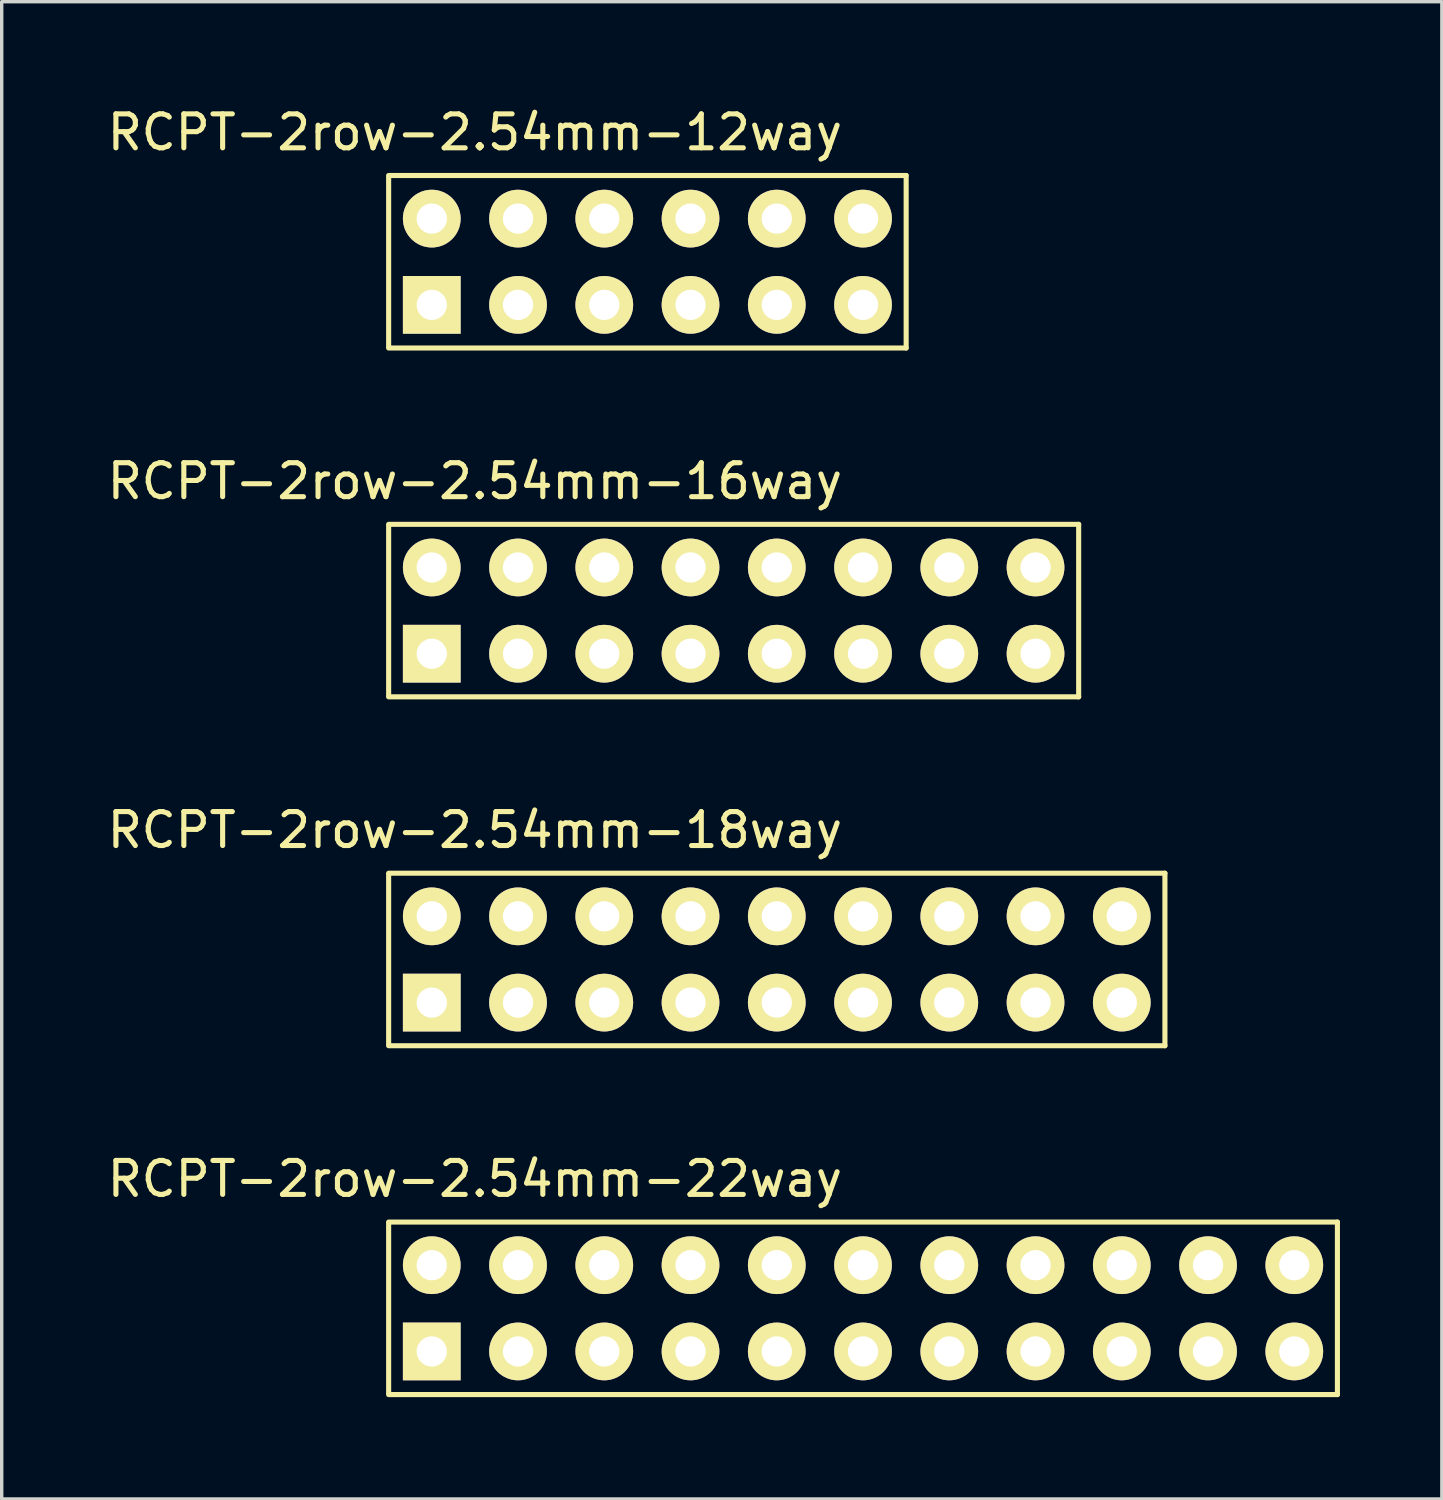
<source format=kicad_pcb>
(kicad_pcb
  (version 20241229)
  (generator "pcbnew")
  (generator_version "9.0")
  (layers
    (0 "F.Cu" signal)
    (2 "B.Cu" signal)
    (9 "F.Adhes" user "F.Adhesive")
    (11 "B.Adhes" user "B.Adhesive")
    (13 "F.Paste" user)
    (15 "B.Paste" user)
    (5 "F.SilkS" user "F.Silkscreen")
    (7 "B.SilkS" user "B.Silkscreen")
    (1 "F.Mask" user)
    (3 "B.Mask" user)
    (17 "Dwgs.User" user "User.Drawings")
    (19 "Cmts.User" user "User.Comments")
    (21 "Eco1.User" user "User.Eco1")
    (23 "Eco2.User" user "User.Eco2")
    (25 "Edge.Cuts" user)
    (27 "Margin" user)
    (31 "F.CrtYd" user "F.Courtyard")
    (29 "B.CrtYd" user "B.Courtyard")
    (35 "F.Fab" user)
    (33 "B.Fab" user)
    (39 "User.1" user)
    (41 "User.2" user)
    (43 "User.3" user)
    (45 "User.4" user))
  (footprint "RCPT-2row-2.54mm-22way"
    (layer "F.Cu")
    (at 9.665 35.478)
    (property "Reference" "RCPT-2row-2.54mm-22way" (at 1.27 -3.81 0) (layer "F.SilkS") (effects (font (size 1 1) (thickness 0.15))))
    (attr through_hole)
    (fp_line (start -1.27 -2.502) (end -1.27 2.502) (stroke (width 0.15) (type solid)) (layer "F.SilkS"))
    (fp_line (start 26.67 -2.54) (end -1.27 -2.54) (stroke (width 0.15) (type solid)) (layer "F.SilkS"))
    (fp_line (start 26.67 -2.54) (end 26.67 2.54) (stroke (width 0.15) (type solid)) (layer "F.SilkS"))
    (fp_line (start 26.67 2.54) (end -1.27 2.54) (stroke (width 0.15) (type solid)) (layer "F.SilkS"))
    (pad "1" thru_hole rect (at 0 1.27) (size 1.7 1.7) (drill 0.89) (layers "*.Cu" "*.Mask" "F.SilkS"))
    (pad "2" thru_hole circle (at 0 -1.27) (size 1.7 1.7) (drill 0.89) (layers "*.Cu" "*.Mask" "F.SilkS"))
    (pad "3" thru_hole circle (at 2.54 1.27) (size 1.7 1.7) (drill 0.89) (layers "*.Cu" "*.Mask" "F.SilkS"))
    (pad "4" thru_hole circle (at 2.54 -1.27) (size 1.7 1.7) (drill 0.89) (layers "*.Cu" "*.Mask" "F.SilkS"))
    (pad "5" thru_hole circle (at 5.08 1.27) (size 1.7 1.7) (drill 0.89) (layers "*.Cu" "*.Mask" "F.SilkS"))
    (pad "6" thru_hole circle (at 5.08 -1.27) (size 1.7 1.7) (drill 0.89) (layers "*.Cu" "*.Mask" "F.SilkS"))
    (pad "7" thru_hole circle (at 7.62 1.27) (size 1.7 1.7) (drill 0.89) (layers "*.Cu" "*.Mask" "F.SilkS"))
    (pad "8" thru_hole circle (at 7.62 -1.27) (size 1.7 1.7) (drill 0.89) (layers "*.Cu" "*.Mask" "F.SilkS"))
    (pad "9" thru_hole circle (at 10.16 1.27) (size 1.7 1.7) (drill 0.89) (layers "*.Cu" "*.Mask" "F.SilkS"))
    (pad "10" thru_hole circle (at 10.16 -1.27) (size 1.7 1.7) (drill 0.89) (layers "*.Cu" "*.Mask" "F.SilkS"))
    (pad "11" thru_hole circle (at 12.7 1.27) (size 1.7 1.7) (drill 0.89) (layers "*.Cu" "*.Mask" "F.SilkS"))
    (pad "12" thru_hole circle (at 12.7 -1.27) (size 1.7 1.7) (drill 0.89) (layers "*.Cu" "*.Mask" "F.SilkS"))
    (pad "13" thru_hole circle (at 15.24 1.27) (size 1.7 1.7) (drill 0.89) (layers "*.Cu" "*.Mask" "F.SilkS"))
    (pad "14" thru_hole circle (at 15.24 -1.27) (size 1.7 1.7) (drill 0.89) (layers "*.Cu" "*.Mask" "F.SilkS"))
    (pad "15" thru_hole circle (at 17.78 1.27) (size 1.7 1.7) (drill 0.89) (layers "*.Cu" "*.Mask" "F.SilkS"))
    (pad "16" thru_hole circle (at 17.78 -1.27) (size 1.7 1.7) (drill 0.89) (layers "*.Cu" "*.Mask" "F.SilkS"))
    (pad "17" thru_hole circle (at 20.32 1.27) (size 1.7 1.7) (drill 0.89) (layers "*.Cu" "*.Mask" "F.SilkS"))
    (pad "18" thru_hole circle (at 20.32 -1.27) (size 1.7 1.7) (drill 0.89) (layers "*.Cu" "*.Mask" "F.SilkS"))
    (pad "19" thru_hole circle (at 22.86 1.27) (size 1.7 1.7) (drill 0.89) (layers "*.Cu" "*.Mask" "F.SilkS"))
    (pad "20" thru_hole circle (at 22.86 -1.27) (size 1.7 1.7) (drill 0.89) (layers "*.Cu" "*.Mask" "F.SilkS"))
    (pad "21" thru_hole circle (at 25.4 1.27) (size 1.7 1.7) (drill 0.89) (layers "*.Cu" "*.Mask" "F.SilkS"))
    (pad "22" thru_hole circle (at 25.4 -1.27) (size 1.7 1.7) (drill 0.89) (layers "*.Cu" "*.Mask" "F.SilkS")))
  (footprint "RCPT-2row-2.54mm-18way"
    (layer "F.Cu")
    (at 9.665 25.205)
    (property "Reference" "RCPT-2row-2.54mm-18way" (at 1.27 -3.81 0) (layer "F.SilkS") (effects (font (size 1 1) (thickness 0.15))))
    (attr through_hole)
    (fp_line (start -1.27 -2.502) (end -1.27 2.502) (stroke (width 0.15) (type solid)) (layer "F.SilkS"))
    (fp_line (start 21.59 -2.54) (end -1.27 -2.54) (stroke (width 0.15) (type solid)) (layer "F.SilkS"))
    (fp_line (start 21.59 -2.54) (end 21.59 2.54) (stroke (width 0.15) (type solid)) (layer "F.SilkS"))
    (fp_line (start 21.59 2.54) (end -1.27 2.54) (stroke (width 0.15) (type solid)) (layer "F.SilkS"))
    (pad "1" thru_hole rect (at 0 1.27) (size 1.7 1.7) (drill 0.89) (layers "*.Cu" "*.Mask" "F.SilkS"))
    (pad "2" thru_hole circle (at 0 -1.27) (size 1.7 1.7) (drill 0.89) (layers "*.Cu" "*.Mask" "F.SilkS"))
    (pad "3" thru_hole circle (at 2.54 1.27) (size 1.7 1.7) (drill 0.89) (layers "*.Cu" "*.Mask" "F.SilkS"))
    (pad "4" thru_hole circle (at 2.54 -1.27) (size 1.7 1.7) (drill 0.89) (layers "*.Cu" "*.Mask" "F.SilkS"))
    (pad "5" thru_hole circle (at 5.08 1.27) (size 1.7 1.7) (drill 0.89) (layers "*.Cu" "*.Mask" "F.SilkS"))
    (pad "6" thru_hole circle (at 5.08 -1.27) (size 1.7 1.7) (drill 0.89) (layers "*.Cu" "*.Mask" "F.SilkS"))
    (pad "7" thru_hole circle (at 7.62 1.27) (size 1.7 1.7) (drill 0.89) (layers "*.Cu" "*.Mask" "F.SilkS"))
    (pad "8" thru_hole circle (at 7.62 -1.27) (size 1.7 1.7) (drill 0.89) (layers "*.Cu" "*.Mask" "F.SilkS"))
    (pad "9" thru_hole circle (at 10.16 1.27) (size 1.7 1.7) (drill 0.89) (layers "*.Cu" "*.Mask" "F.SilkS"))
    (pad "10" thru_hole circle (at 10.16 -1.27) (size 1.7 1.7) (drill 0.89) (layers "*.Cu" "*.Mask" "F.SilkS"))
    (pad "11" thru_hole circle (at 12.7 1.27) (size 1.7 1.7) (drill 0.89) (layers "*.Cu" "*.Mask" "F.SilkS"))
    (pad "12" thru_hole circle (at 12.7 -1.27) (size 1.7 1.7) (drill 0.89) (layers "*.Cu" "*.Mask" "F.SilkS"))
    (pad "13" thru_hole circle (at 15.24 1.27) (size 1.7 1.7) (drill 0.89) (layers "*.Cu" "*.Mask" "F.SilkS"))
    (pad "14" thru_hole circle (at 15.24 -1.27) (size 1.7 1.7) (drill 0.89) (layers "*.Cu" "*.Mask" "F.SilkS"))
    (pad "15" thru_hole circle (at 17.78 1.27) (size 1.7 1.7) (drill 0.89) (layers "*.Cu" "*.Mask" "F.SilkS"))
    (pad "16" thru_hole circle (at 17.78 -1.27) (size 1.7 1.7) (drill 0.89) (layers "*.Cu" "*.Mask" "F.SilkS"))
    (pad "17" thru_hole circle (at 20.32 1.27) (size 1.7 1.7) (drill 0.89) (layers "*.Cu" "*.Mask" "F.SilkS"))
    (pad "18" thru_hole circle (at 20.32 -1.27) (size 1.7 1.7) (drill 0.89) (layers "*.Cu" "*.Mask" "F.SilkS")))
  (footprint "RCPT-2row-2.54mm-12way"
    (layer "F.Cu")
    (at 9.665 4.658)
    (property "Reference" "RCPT-2row-2.54mm-12way" (at 1.27 -3.81 0) (layer "F.SilkS") (effects (font (size 1 1) (thickness 0.15))))
    (attr through_hole)
    (fp_line (start -1.27 -2.502) (end -1.27 2.502) (stroke (width 0.15) (type solid)) (layer "F.SilkS"))
    (fp_line (start 13.97 -2.54) (end -1.27 -2.54) (stroke (width 0.15) (type solid)) (layer "F.SilkS"))
    (fp_line (start 13.97 -2.54) (end 13.97 2.54) (stroke (width 0.15) (type solid)) (layer "F.SilkS"))
    (fp_line (start 13.97 2.54) (end -1.27 2.54) (stroke (width 0.15) (type solid)) (layer "F.SilkS"))
    (pad "1" thru_hole rect (at 0 1.27) (size 1.7 1.7) (drill 0.89) (layers "*.Cu" "*.Mask" "F.SilkS"))
    (pad "2" thru_hole circle (at 0 -1.27) (size 1.7 1.7) (drill 0.89) (layers "*.Cu" "*.Mask" "F.SilkS"))
    (pad "3" thru_hole circle (at 2.54 1.27) (size 1.7 1.7) (drill 0.89) (layers "*.Cu" "*.Mask" "F.SilkS"))
    (pad "4" thru_hole circle (at 2.54 -1.27) (size 1.7 1.7) (drill 0.89) (layers "*.Cu" "*.Mask" "F.SilkS"))
    (pad "5" thru_hole circle (at 5.08 1.27) (size 1.7 1.7) (drill 0.89) (layers "*.Cu" "*.Mask" "F.SilkS"))
    (pad "6" thru_hole circle (at 5.08 -1.27) (size 1.7 1.7) (drill 0.89) (layers "*.Cu" "*.Mask" "F.SilkS"))
    (pad "7" thru_hole circle (at 7.62 1.27) (size 1.7 1.7) (drill 0.89) (layers "*.Cu" "*.Mask" "F.SilkS"))
    (pad "8" thru_hole circle (at 7.62 -1.27) (size 1.7 1.7) (drill 0.89) (layers "*.Cu" "*.Mask" "F.SilkS"))
    (pad "9" thru_hole circle (at 10.16 1.27) (size 1.7 1.7) (drill 0.89) (layers "*.Cu" "*.Mask" "F.SilkS"))
    (pad "10" thru_hole circle (at 10.16 -1.27) (size 1.7 1.7) (drill 0.89) (layers "*.Cu" "*.Mask" "F.SilkS"))
    (pad "11" thru_hole circle (at 12.7 1.27) (size 1.7 1.7) (drill 0.89) (layers "*.Cu" "*.Mask" "F.SilkS"))
    (pad "12" thru_hole circle (at 12.7 -1.27) (size 1.7 1.7) (drill 0.89) (layers "*.Cu" "*.Mask" "F.SilkS")))
  (footprint "RCPT-2row-2.54mm-16way"
    (layer "F.Cu")
    (at 9.665 14.931)
    (property "Reference" "RCPT-2row-2.54mm-16way" (at 1.27 -3.81 0) (layer "F.SilkS") (effects (font (size 1 1) (thickness 0.15))))
    (attr through_hole)
    (fp_line (start -1.27 -2.502) (end -1.27 2.502) (stroke (width 0.15) (type solid)) (layer "F.SilkS"))
    (fp_line (start 19.05 -2.54) (end -1.27 -2.54) (stroke (width 0.15) (type solid)) (layer "F.SilkS"))
    (fp_line (start 19.05 -2.54) (end 19.05 2.54) (stroke (width 0.15) (type solid)) (layer "F.SilkS"))
    (fp_line (start 19.05 2.54) (end -1.27 2.54) (stroke (width 0.15) (type solid)) (layer "F.SilkS"))
    (pad "1" thru_hole rect (at 0 1.27) (size 1.7 1.7) (drill 0.89) (layers "*.Cu" "*.Mask" "F.SilkS"))
    (pad "2" thru_hole circle (at 0 -1.27) (size 1.7 1.7) (drill 0.89) (layers "*.Cu" "*.Mask" "F.SilkS"))
    (pad "3" thru_hole circle (at 2.54 1.27) (size 1.7 1.7) (drill 0.89) (layers "*.Cu" "*.Mask" "F.SilkS"))
    (pad "4" thru_hole circle (at 2.54 -1.27) (size 1.7 1.7) (drill 0.89) (layers "*.Cu" "*.Mask" "F.SilkS"))
    (pad "5" thru_hole circle (at 5.08 1.27) (size 1.7 1.7) (drill 0.89) (layers "*.Cu" "*.Mask" "F.SilkS"))
    (pad "6" thru_hole circle (at 5.08 -1.27) (size 1.7 1.7) (drill 0.89) (layers "*.Cu" "*.Mask" "F.SilkS"))
    (pad "7" thru_hole circle (at 7.62 1.27) (size 1.7 1.7) (drill 0.89) (layers "*.Cu" "*.Mask" "F.SilkS"))
    (pad "8" thru_hole circle (at 7.62 -1.27) (size 1.7 1.7) (drill 0.89) (layers "*.Cu" "*.Mask" "F.SilkS"))
    (pad "9" thru_hole circle (at 10.16 1.27) (size 1.7 1.7) (drill 0.89) (layers "*.Cu" "*.Mask" "F.SilkS"))
    (pad "10" thru_hole circle (at 10.16 -1.27) (size 1.7 1.7) (drill 0.89) (layers "*.Cu" "*.Mask" "F.SilkS"))
    (pad "11" thru_hole circle (at 12.7 1.27) (size 1.7 1.7) (drill 0.89) (layers "*.Cu" "*.Mask" "F.SilkS"))
    (pad "12" thru_hole circle (at 12.7 -1.27) (size 1.7 1.7) (drill 0.89) (layers "*.Cu" "*.Mask" "F.SilkS"))
    (pad "13" thru_hole circle (at 15.24 1.27) (size 1.7 1.7) (drill 0.89) (layers "*.Cu" "*.Mask" "F.SilkS"))
    (pad "14" thru_hole circle (at 15.24 -1.27) (size 1.7 1.7) (drill 0.89) (layers "*.Cu" "*.Mask" "F.SilkS"))
    (pad "15" thru_hole circle (at 17.78 1.27) (size 1.7 1.7) (drill 0.89) (layers "*.Cu" "*.Mask" "F.SilkS"))
    (pad "16" thru_hole circle (at 17.78 -1.27) (size 1.7 1.7) (drill 0.89) (layers "*.Cu" "*.Mask" "F.SilkS")))
  (gr_rect
    (start -3 -3)
    (end 39.41 41.093)
    (stroke (width 0.1) (type default))
    (fill no)
    (layer "Edge.Cuts")))
</source>
